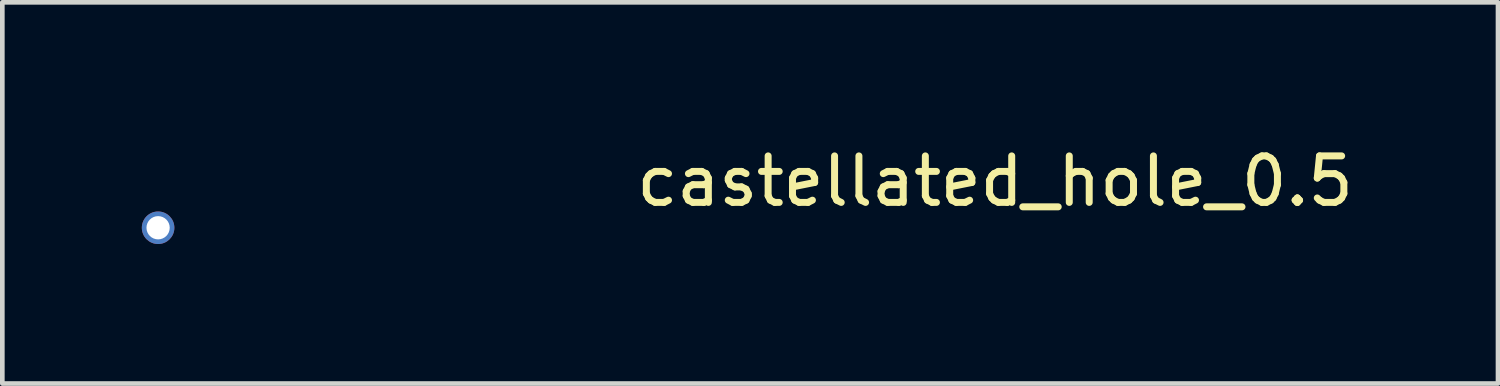
<source format=kicad_pcb>
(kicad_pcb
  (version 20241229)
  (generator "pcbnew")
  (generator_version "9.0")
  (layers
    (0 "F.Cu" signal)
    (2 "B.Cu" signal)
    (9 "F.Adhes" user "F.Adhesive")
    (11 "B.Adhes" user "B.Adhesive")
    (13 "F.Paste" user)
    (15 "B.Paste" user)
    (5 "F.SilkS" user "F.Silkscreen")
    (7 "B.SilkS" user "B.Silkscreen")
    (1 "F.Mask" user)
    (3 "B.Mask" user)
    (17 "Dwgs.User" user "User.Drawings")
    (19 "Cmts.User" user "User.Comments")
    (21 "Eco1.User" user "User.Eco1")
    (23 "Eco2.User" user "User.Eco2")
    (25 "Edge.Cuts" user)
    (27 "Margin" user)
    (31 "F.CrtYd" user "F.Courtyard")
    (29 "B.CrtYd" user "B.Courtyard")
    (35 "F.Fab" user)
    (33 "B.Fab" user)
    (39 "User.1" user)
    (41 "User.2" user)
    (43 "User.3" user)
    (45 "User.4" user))
  (footprint "castellated_hole_0.5"
    (layer "F.Cu")
    (at 0.35 1.848)
    (property "Reference" "castellated_hole_0.5" (at 18 -1 0) (layer "F.SilkS") (effects (font (size 1 1) (thickness 0.15))))
    (attr through_hole)
    (pad "1" thru_hole circle (at 0 0) (size 0.7 0.7) (drill 0.5) (layers "*.Cu" "*.Mask")))
  (gr_rect
    (start -3 -3)
    (end 29.165 5.198)
    (stroke (width 0.1) (type default))
    (fill no)
    (layer "Edge.Cuts")))
</source>
